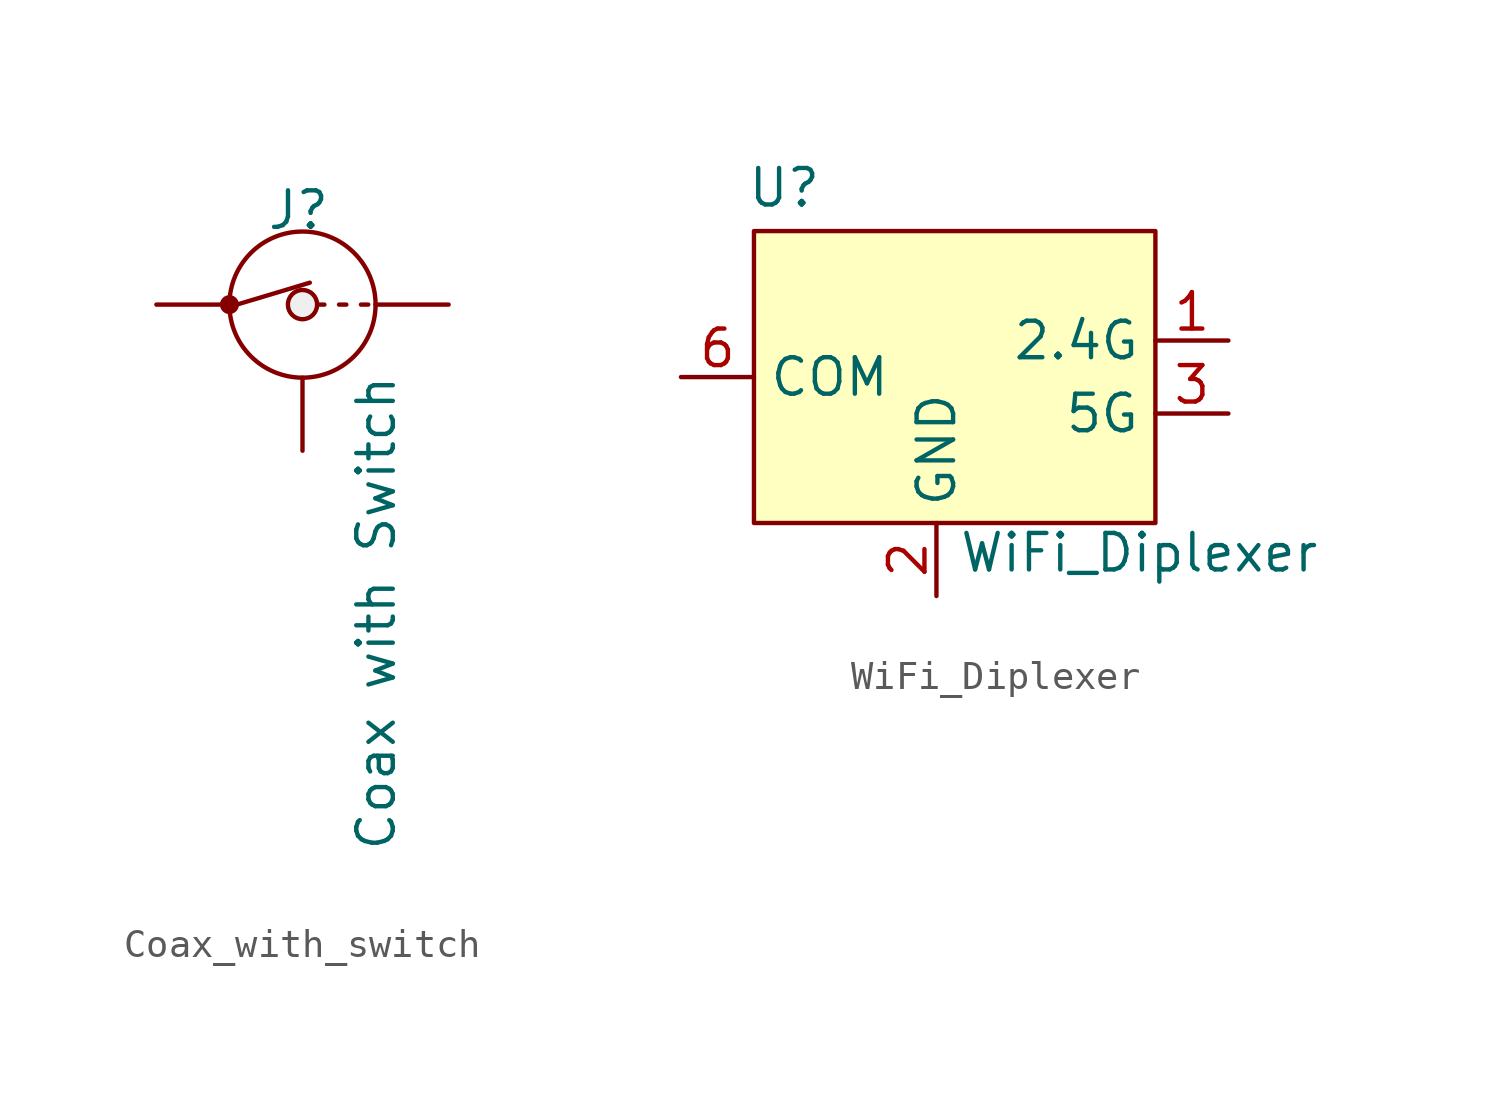
<source format=kicad_sym>
(kicad_symbol_lib
  (version 20241209)
  (generator "kicad_symbol_editor")
  (generator_version "9.0")
  (symbol "Coax_with_switch"
    (pin_numbers
      (hide yes))
    (pin_names
      (hide yes))
    (property "Reference" "J"
      (at 1.27 0 0)
      (effects (font (size 1.27 1.27)) (justify left bottom)))
    (property "Value" "Coax with Switch"
      (at 5.842 -21.59 90)
      (effects (font (size 1.27 1.27)) (justify left bottom)))
    (symbol "Coax_with_switch_1_0"
      (circle (center 0 -2.54) (radius 0.254) (stroke (width 0) (type solid)) (fill (type outline)))
      (polyline (pts (xy 0.254 -2.54) (xy 2.794 -1.778)) (stroke (width 0) (type solid)) (fill (type none)))
      (circle (center 2.54 -2.54) (radius 0.508) (stroke (width 0) (type solid)) (fill (type color) (color 239 239 239 1)))
      (circle (center 2.54 -2.54) (radius 2.54) (stroke (width 0) (type solid)) (fill (type none)))
      (polyline (pts (xy 3.048 -2.54) (xy 3.302 -2.54)) (stroke (width 0) (type solid)) (fill (type none)))
      (polyline (pts (xy 3.81 -2.54) (xy 4.064 -2.54)) (stroke (width 0) (type solid)) (fill (type none)))
      (polyline (pts (xy 4.826 -2.54) (xy 4.572 -2.54)) (stroke (width 0) (type solid)) (fill (type none)))
      (pin passive line (at -2.54 -2.54 0) (length 2.54) (name "OUT" (effects (font (size 1.27 1.27)))) (number "2" (effects (font (size 1.27 1.27)))))
      (pin passive line (at 2.54 -7.62 90) (length 2.54) (name "Shield" (effects (font (size 1.27 1.27)))) (number "3" (effects (font (size 1.27 1.27)))))
      (pin passive line (at 7.62 -2.54 180) (length 2.54) (name "IN" (effects (font (size 1.27 1.27)))) (number "1" (effects (font (size 1.27 1.27)))))))
  (symbol "WiFi_Diplexer"
    (property "Reference" "U"
      (at -14.224 10.922 0)
      (effects (font (size 1.27 1.27)) (justify left bottom)))
    (property "Value" "WiFi_Diplexer"
      (at -6.858 -1.778 0)
      (effects (font (size 1.27 1.27)) (justify left bottom)))
    (symbol "WiFi_Diplexer_1_0"
      (rectangle (start -13.97 10.16) (end 0 0) (stroke (width 0) (type solid)) (fill (type background)))
      (pin bidirectional line (at -16.51 5.08 0) (length 2.54) (name "COM" (effects (font (size 1.27 1.27)))) (number "6" (effects (font (size 1.27 1.27)))))
      (pin power_in line (at -7.62 -2.54 90) (length 2.54) (name "GND" (effects (font (size 1.27 1.27)))) (number "2" (effects (font (size 1.27 1.27)))))
      (pin power_in line (at -7.62 -2.54 90) (length 2.54) (hide yes) (name "GND" (effects (font (size 1.27 1.27)))) (number "5" (effects (font (size 1.27 1.27)))))
      (pin power_in line (at -7.62 -2.54 90) (length 2.54) (hide yes) (name "GND" (effects (font (size 1.27 1.27)))) (number "7" (effects (font (size 1.27 1.27)))))
      (pin bidirectional line (at 2.54 6.35 180) (length 2.54) (name "2.4G" (effects (font (size 1.27 1.27)))) (number "1" (effects (font (size 1.27 1.27)))))
      (pin bidirectional line (at 2.54 3.81 180) (length 2.54) (name "5G" (effects (font (size 1.27 1.27)))) (number "3" (effects (font (size 1.27 1.27))))))))
</source>
